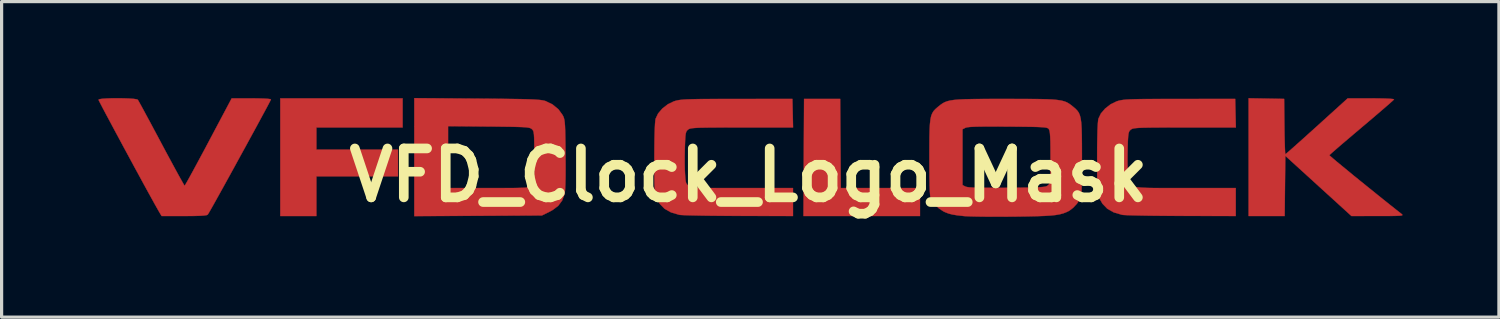
<source format=kicad_pcb>
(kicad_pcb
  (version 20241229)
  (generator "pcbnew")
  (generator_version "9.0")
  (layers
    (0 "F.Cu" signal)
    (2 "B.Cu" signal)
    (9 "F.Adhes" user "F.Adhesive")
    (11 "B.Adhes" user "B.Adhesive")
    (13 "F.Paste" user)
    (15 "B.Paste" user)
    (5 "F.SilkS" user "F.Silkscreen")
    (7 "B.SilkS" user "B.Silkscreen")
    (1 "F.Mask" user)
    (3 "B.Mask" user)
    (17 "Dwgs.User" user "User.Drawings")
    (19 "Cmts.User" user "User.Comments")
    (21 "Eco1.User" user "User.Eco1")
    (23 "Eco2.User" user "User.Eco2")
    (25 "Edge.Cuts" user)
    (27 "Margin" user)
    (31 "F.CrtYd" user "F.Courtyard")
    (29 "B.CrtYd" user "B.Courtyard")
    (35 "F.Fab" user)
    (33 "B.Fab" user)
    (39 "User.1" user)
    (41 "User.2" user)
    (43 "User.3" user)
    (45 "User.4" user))
  (footprint "VFD_Clock_Logo_Mask"
    (layer "F.Cu")
    (at 20.265 2.407)
    (property "Reference" "VFD_Clock_Logo_Mask" (at 0 0 0) (layer "F.SilkS") (effects (font (size 1.524 1.524) (thickness 0.3))))
    (attr through_hole)
    (fp_poly (pts (xy 2.858 -0.989) (xy 2.867 0.399) (xy 5.334 0.399) (xy 5.334 1.27) (xy 1.705 1.27) (xy 1.724 -2.377) (xy 2.848 -2.377) (xy 2.858 -0.989)) (stroke (width 0.01) (type solid)) (fill yes) (layer "F.Cu"))
    (fp_poly (pts (xy -10.777 -1.488) (xy -13.462 -1.488) (xy -13.462 -0.798) (xy -10.922 -0.798) (xy -10.922 0.036) (xy -13.462 0.036) (xy -13.462 1.27) (xy -14.587 1.27) (xy -14.587 -2.395) (xy -10.777 -2.395) (xy -10.777 -1.488)) (stroke (width 0.01) (type solid)) (fill yes) (layer "F.Cu"))
    (fp_poly (pts (xy 16.12 -2.387) (xy 16.673 -2.377) (xy 16.683 -1.515) (xy 16.686 -1.274) (xy 16.691 -1.058) (xy 16.696 -0.879) (xy 16.702 -0.746) (xy 16.707 -0.669) (xy 16.711 -0.653) (xy 16.741 -0.677) (xy 16.819 -0.743) (xy 16.938 -0.848) (xy 17.092 -0.985) (xy 17.276 -1.149) (xy 17.482 -1.335) (xy 17.692 -1.524) (xy 18.654 -2.395) (xy 19.381 -2.395) (xy 19.613 -2.393) (xy 19.81 -2.389) (xy 19.962 -2.382) (xy 20.061 -2.373) (xy 20.096 -2.363) (xy 20.096 -2.362) (xy 20.067 -2.332) (xy 19.988 -2.261) (xy 19.866 -2.154) (xy 19.707 -2.017) (xy 19.518 -1.855) (xy 19.305 -1.674) (xy 19.086 -1.489) (xy 18.857 -1.295) (xy 18.645 -1.115) (xy 18.458 -0.956) (xy 18.302 -0.821) (xy 18.183 -0.717) (xy 18.108 -0.65) (xy 18.082 -0.624) (xy 18.108 -0.598) (xy 18.184 -0.532) (xy 18.302 -0.432) (xy 18.457 -0.304) (xy 18.641 -0.153) (xy 18.846 0.016) (xy 19.067 0.195) (xy 19.297 0.381) (xy 19.528 0.567) (xy 19.753 0.748) (xy 19.966 0.918) (xy 20.16 1.072) (xy 20.327 1.203) (xy 20.33 1.206) (xy 20.353 1.226) (xy 20.357 1.241) (xy 20.335 1.252) (xy 20.279 1.26) (xy 20.181 1.265) (xy 20.032 1.268) (xy 19.826 1.269) (xy 19.591 1.269) (xy 18.77 1.27) (xy 16.71 -0.605) (xy 16.69 1.27) (xy 15.567 1.27) (xy 15.567 -2.397) (xy 16.12 -2.387)) (stroke (width 0.01) (type solid)) (fill yes) (layer "F.Cu"))
    (fp_poly (pts (xy -8.464 -2.386) (xy -8.028 -2.383) (xy -7.66 -2.379) (xy -7.351 -2.375) (xy -7.097 -2.371) (xy -6.891 -2.366) (xy -6.726 -2.36) (xy -6.598 -2.352) (xy -6.5 -2.344) (xy -6.425 -2.334) (xy -6.367 -2.322) (xy -6.332 -2.312) (xy -6.11 -2.205) (xy -5.923 -2.05) (xy -5.796 -1.874) (xy -5.772 -1.828) (xy -5.754 -1.78) (xy -5.74 -1.721) (xy -5.729 -1.642) (xy -5.721 -1.535) (xy -5.715 -1.39) (xy -5.711 -1.2) (xy -5.707 -0.954) (xy -5.704 -0.653) (xy -5.702 -0.272) (xy -5.703 0.042) (xy -5.709 0.289) (xy -5.718 0.467) (xy -5.732 0.573) (xy -5.733 0.58) (xy -5.811 0.789) (xy -5.934 0.954) (xy -6.115 1.088) (xy -6.2 1.134) (xy -6.439 1.252) (xy -8.427 1.263) (xy -10.414 1.273) (xy -10.414 0.399) (xy -9.362 0.399) (xy -8.092 0.399) (xy -7.754 0.399) (xy -7.482 0.398) (xy -7.267 0.397) (xy -7.102 0.393) (xy -6.98 0.389) (xy -6.893 0.381) (xy -6.833 0.372) (xy -6.794 0.359) (xy -6.767 0.343) (xy -6.749 0.327) (xy -6.726 0.299) (xy -6.708 0.263) (xy -6.695 0.21) (xy -6.686 0.129) (xy -6.681 0.011) (xy -6.678 -0.154) (xy -6.677 -0.375) (xy -6.677 -0.557) (xy -6.677 -0.82) (xy -6.678 -1.02) (xy -6.682 -1.167) (xy -6.688 -1.271) (xy -6.698 -1.34) (xy -6.712 -1.385) (xy -6.732 -1.416) (xy -6.753 -1.437) (xy -6.777 -1.455) (xy -6.81 -1.47) (xy -6.858 -1.482) (xy -6.931 -1.492) (xy -7.034 -1.499) (xy -7.176 -1.504) (xy -7.363 -1.509) (xy -7.604 -1.512) (xy -7.907 -1.516) (xy -8.095 -1.517) (xy -9.362 -1.529) (xy -9.362 0.399) (xy -10.414 0.399) (xy -10.414 -2.401) (xy -8.464 -2.386)) (stroke (width 0.01) (type solid)) (fill yes) (layer "F.Cu"))
    (fp_poly (pts (xy -19.461 -2.395) (xy -19.294 -2.389) (xy -19.156 -2.379) (xy -19.06 -2.365) (xy -19.023 -2.35) (xy -18.999 -2.309) (xy -18.944 -2.21) (xy -18.863 -2.062) (xy -18.76 -1.871) (xy -18.637 -1.644) (xy -18.5 -1.387) (xy -18.351 -1.109) (xy -18.287 -0.989) (xy -18.136 -0.705) (xy -17.994 -0.443) (xy -17.867 -0.208) (xy -17.758 -0.008) (xy -17.669 0.151) (xy -17.606 0.263) (xy -17.571 0.32) (xy -17.566 0.326) (xy -17.545 0.295) (xy -17.493 0.206) (xy -17.415 0.066) (xy -17.314 -0.118) (xy -17.194 -0.34) (xy -17.058 -0.593) (xy -16.909 -0.87) (xy -16.822 -1.035) (xy -16.1 -2.395) (xy -15.488 -2.395) (xy -15.285 -2.393) (xy -15.111 -2.388) (xy -14.977 -2.38) (xy -14.897 -2.37) (xy -14.877 -2.362) (xy -14.894 -2.326) (xy -14.942 -2.233) (xy -15.018 -2.09) (xy -15.118 -1.905) (xy -15.237 -1.685) (xy -15.372 -1.436) (xy -15.52 -1.166) (xy -15.675 -0.881) (xy -15.836 -0.589) (xy -15.996 -0.296) (xy -16.154 -0.009) (xy -16.304 0.263) (xy -16.444 0.516) (xy -16.569 0.74) (xy -16.675 0.931) (xy -16.759 1.079) (xy -16.817 1.179) (xy -16.845 1.224) (xy -16.845 1.225) (xy -16.881 1.242) (xy -16.96 1.254) (xy -17.091 1.263) (xy -17.28 1.268) (xy -17.533 1.27) (xy -17.582 1.27) (xy -18.282 1.27) (xy -18.353 1.152) (xy -18.403 1.064) (xy -18.481 0.926) (xy -18.581 0.745) (xy -18.701 0.528) (xy -18.836 0.282) (xy -18.982 0.013) (xy -19.136 -0.269) (xy -19.293 -0.56) (xy -19.451 -0.851) (xy -19.604 -1.136) (xy -19.75 -1.407) (xy -19.884 -1.658) (xy -20.003 -1.88) (xy -20.103 -2.068) (xy -20.179 -2.214) (xy -20.229 -2.311) (xy -20.247 -2.351) (xy -20.247 -2.352) (xy -20.214 -2.369) (xy -20.122 -2.382) (xy -19.986 -2.391) (xy -19.821 -2.397) (xy -19.641 -2.398) (xy -19.461 -2.395)) (stroke (width 0.01) (type solid)) (fill yes) (layer "F.Cu"))
    (fp_poly (pts (xy 15.17 -1.488) (xy 13.576 -1.488) (xy 13.193 -1.488) (xy 12.876 -1.487) (xy 12.619 -1.486) (xy 12.414 -1.483) (xy 12.255 -1.48) (xy 12.135 -1.474) (xy 12.048 -1.467) (xy 11.987 -1.458) (xy 11.945 -1.447) (xy 11.917 -1.433) (xy 11.899 -1.42) (xy 11.866 -1.39) (xy 11.843 -1.352) (xy 11.827 -1.295) (xy 11.816 -1.206) (xy 11.808 -1.073) (xy 11.802 -0.884) (xy 11.8 -0.805) (xy 11.796 -0.585) (xy 11.796 -0.365) (xy 11.8 -0.166) (xy 11.807 -0.013) (xy 11.81 0.017) (xy 11.817 0.104) (xy 11.825 0.178) (xy 11.839 0.237) (xy 11.866 0.286) (xy 11.912 0.323) (xy 11.983 0.351) (xy 12.085 0.372) (xy 12.224 0.385) (xy 12.406 0.394) (xy 12.637 0.398) (xy 12.924 0.399) (xy 13.273 0.399) (xy 13.605 0.399) (xy 15.167 0.399) (xy 15.167 1.27) (xy 13.471 1.266) (xy 13.122 1.265) (xy 12.79 1.262) (xy 12.485 1.259) (xy 12.214 1.254) (xy 11.984 1.249) (xy 11.804 1.244) (xy 11.683 1.238) (xy 11.63 1.233) (xy 11.37 1.157) (xy 11.169 1.044) (xy 11.018 0.888) (xy 10.937 0.748) (xy 10.912 0.693) (xy 10.893 0.641) (xy 10.878 0.581) (xy 10.867 0.506) (xy 10.859 0.406) (xy 10.854 0.273) (xy 10.852 0.096) (xy 10.85 -0.132) (xy 10.85 -0.421) (xy 10.85 -0.526) (xy 10.851 -0.876) (xy 10.856 -1.176) (xy 10.862 -1.421) (xy 10.872 -1.606) (xy 10.883 -1.726) (xy 10.89 -1.76) (xy 10.968 -1.923) (xy 11.101 -2.078) (xy 11.271 -2.21) (xy 11.461 -2.302) (xy 11.485 -2.309) (xy 11.541 -2.325) (xy 11.602 -2.338) (xy 11.676 -2.348) (xy 11.769 -2.357) (xy 11.889 -2.363) (xy 12.042 -2.368) (xy 12.234 -2.372) (xy 12.474 -2.374) (xy 12.767 -2.375) (xy 13.121 -2.376) (xy 13.426 -2.376) (xy 15.149 -2.377) (xy 15.17 -1.488)) (stroke (width 0.01) (type solid)) (fill yes) (layer "F.Cu"))
    (fp_poly (pts (xy 1.371 -1.932) (xy 1.381 -1.488) (xy -0.213 -1.488) (xy -0.595 -1.488) (xy -0.912 -1.487) (xy -1.17 -1.486) (xy -1.375 -1.483) (xy -1.534 -1.48) (xy -1.654 -1.474) (xy -1.741 -1.467) (xy -1.802 -1.458) (xy -1.843 -1.447) (xy -1.872 -1.433) (xy -1.89 -1.42) (xy -1.922 -1.39) (xy -1.945 -1.352) (xy -1.961 -1.295) (xy -1.972 -1.206) (xy -1.98 -1.073) (xy -1.987 -0.884) (xy -1.989 -0.805) (xy -1.993 -0.585) (xy -1.993 -0.365) (xy -1.989 -0.166) (xy -1.981 -0.013) (xy -1.979 0.017) (xy -1.972 0.104) (xy -1.964 0.178) (xy -1.95 0.237) (xy -1.923 0.286) (xy -1.877 0.323) (xy -1.806 0.351) (xy -1.704 0.372) (xy -1.565 0.385) (xy -1.383 0.394) (xy -1.151 0.398) (xy -0.864 0.399) (xy -0.516 0.399) (xy -0.183 0.399) (xy 1.379 0.399) (xy 1.379 1.27) (xy -0.318 1.266) (xy -0.667 1.265) (xy -0.998 1.262) (xy -1.303 1.259) (xy -1.575 1.254) (xy -1.804 1.249) (xy -1.984 1.244) (xy -2.106 1.238) (xy -2.159 1.233) (xy -2.418 1.157) (xy -2.62 1.044) (xy -2.771 0.888) (xy -2.852 0.748) (xy -2.877 0.693) (xy -2.896 0.641) (xy -2.911 0.581) (xy -2.922 0.506) (xy -2.929 0.406) (xy -2.934 0.273) (xy -2.937 0.096) (xy -2.938 -0.132) (xy -2.939 -0.421) (xy -2.939 -0.526) (xy -2.937 -0.876) (xy -2.933 -1.176) (xy -2.926 -1.421) (xy -2.917 -1.606) (xy -2.905 -1.726) (xy -2.899 -1.76) (xy -2.821 -1.923) (xy -2.688 -2.078) (xy -2.518 -2.21) (xy -2.328 -2.302) (xy -2.304 -2.309) (xy -2.248 -2.325) (xy -2.187 -2.338) (xy -2.113 -2.348) (xy -2.019 -2.357) (xy -1.9 -2.363) (xy -1.747 -2.368) (xy -1.554 -2.372) (xy -1.314 -2.374) (xy -1.021 -2.375) (xy -0.667 -2.376) (xy -0.363 -2.376) (xy 1.361 -2.377) (xy 1.371 -1.932)) (stroke (width 0.01) (type solid)) (fill yes) (layer "F.Cu"))
    (fp_poly (pts (xy 8.41 -2.376) (xy 8.754 -2.375) (xy 9.039 -2.372) (xy 9.272 -2.367) (xy 9.46 -2.358) (xy 9.61 -2.344) (xy 9.73 -2.326) (xy 9.825 -2.302) (xy 9.903 -2.272) (xy 9.971 -2.233) (xy 10.036 -2.187) (xy 10.102 -2.134) (xy 10.174 -2.073) (xy 10.232 -2.013) (xy 10.278 -1.948) (xy 10.312 -1.868) (xy 10.338 -1.765) (xy 10.356 -1.631) (xy 10.367 -1.459) (xy 10.373 -1.239) (xy 10.376 -0.963) (xy 10.377 -0.624) (xy 10.377 -0.594) (xy 10.376 -0.31) (xy 10.375 -0.044) (xy 10.372 0.192) (xy 10.368 0.39) (xy 10.363 0.539) (xy 10.358 0.629) (xy 10.355 0.647) (xy 10.308 0.761) (xy 10.218 0.89) (xy 10.105 1.011) (xy 9.987 1.102) (xy 9.966 1.114) (xy 9.88 1.155) (xy 9.789 1.189) (xy 9.685 1.216) (xy 9.561 1.238) (xy 9.407 1.254) (xy 9.215 1.266) (xy 8.977 1.275) (xy 8.686 1.282) (xy 8.332 1.287) (xy 8.237 1.288) (xy 7.931 1.29) (xy 7.633 1.29) (xy 7.357 1.289) (xy 7.112 1.286) (xy 6.911 1.281) (xy 6.764 1.275) (xy 6.713 1.272) (xy 6.504 1.249) (xy 6.347 1.224) (xy 6.223 1.192) (xy 6.111 1.148) (xy 6.06 1.123) (xy 5.921 1.031) (xy 5.791 0.908) (xy 5.693 0.776) (xy 5.663 0.714) (xy 5.651 0.645) (xy 5.641 0.508) (xy 5.634 0.306) (xy 5.629 0.045) (xy 5.626 -0.273) (xy 5.625 -0.556) (xy 5.626 -0.906) (xy 5.628 -1.191) (xy 5.634 -1.42) (xy 5.634 -1.431) (xy 6.658 -1.431) (xy 6.658 0.306) (xy 6.749 0.353) (xy 6.793 0.366) (xy 6.869 0.377) (xy 6.986 0.384) (xy 7.148 0.389) (xy 7.362 0.392) (xy 7.635 0.392) (xy 7.974 0.391) (xy 8.043 0.39) (xy 8.371 0.388) (xy 8.635 0.385) (xy 8.842 0.381) (xy 8.999 0.376) (xy 9.114 0.369) (xy 9.196 0.361) (xy 9.252 0.35) (xy 9.289 0.335) (xy 9.315 0.318) (xy 9.322 0.312) (xy 9.347 0.286) (xy 9.365 0.254) (xy 9.379 0.205) (xy 9.388 0.131) (xy 9.394 0.02) (xy 9.397 -0.136) (xy 9.398 -0.347) (xy 9.398 -0.561) (xy 9.397 -0.838) (xy 9.394 -1.05) (xy 9.388 -1.207) (xy 9.379 -1.318) (xy 9.366 -1.389) (xy 9.349 -1.432) (xy 9.347 -1.435) (xy 9.329 -1.454) (xy 9.304 -1.47) (xy 9.263 -1.482) (xy 9.198 -1.491) (xy 9.102 -1.498) (xy 8.968 -1.504) (xy 8.788 -1.508) (xy 8.555 -1.511) (xy 8.261 -1.514) (xy 8.067 -1.515) (xy 7.713 -1.517) (xy 7.425 -1.517) (xy 7.197 -1.515) (xy 7.023 -1.511) (xy 6.896 -1.504) (xy 6.809 -1.494) (xy 6.758 -1.482) (xy 6.749 -1.478) (xy 6.658 -1.431) (xy 5.634 -1.431) (xy 5.644 -1.6) (xy 5.66 -1.74) (xy 5.683 -1.848) (xy 5.716 -1.931) (xy 5.758 -1.999) (xy 5.812 -2.058) (xy 5.879 -2.117) (xy 5.9 -2.134) (xy 5.968 -2.189) (xy 6.033 -2.235) (xy 6.101 -2.273) (xy 6.18 -2.303) (xy 6.276 -2.327) (xy 6.396 -2.345) (xy 6.548 -2.358) (xy 6.738 -2.367) (xy 6.972 -2.372) (xy 7.259 -2.375) (xy 7.605 -2.377) (xy 8.001 -2.377) (xy 8.41 -2.376)) (stroke (width 0.01) (type solid)) (fill yes) (layer "F.Cu"))
    (fp_poly (pts (xy 2.845 -0.991) (xy 2.854 0.397) (xy 5.321 0.397) (xy 5.321 1.268) (xy 1.692 1.268) (xy 1.71 -2.379) (xy 2.835 -2.379) (xy 2.845 -0.991)) (stroke (width 0.01) (type solid)) (fill yes) (layer "F.Mask"))
    (fp_poly (pts (xy -10.777 -1.488) (xy -13.462 -1.488) (xy -13.462 -0.798) (xy -10.922 -0.798) (xy -10.922 0.036) (xy -13.462 0.036) (xy -13.462 1.27) (xy -14.587 1.27) (xy -14.587 -2.395) (xy -10.777 -2.395) (xy -10.777 -1.488)) (stroke (width 0.01) (type solid)) (fill yes) (layer "F.Mask"))
    (fp_poly (pts (xy 16.12 -2.392) (xy 16.673 -2.382) (xy 16.683 -1.52) (xy 16.686 -1.278) (xy 16.691 -1.063) (xy 16.696 -0.884) (xy 16.702 -0.751) (xy 16.707 -0.674) (xy 16.711 -0.658) (xy 16.741 -0.682) (xy 16.819 -0.748) (xy 16.938 -0.853) (xy 17.092 -0.99) (xy 17.276 -1.154) (xy 17.482 -1.34) (xy 17.692 -1.529) (xy 18.654 -2.4) (xy 19.381 -2.4) (xy 19.613 -2.398) (xy 19.81 -2.394) (xy 19.962 -2.387) (xy 20.061 -2.378) (xy 20.096 -2.368) (xy 20.096 -2.367) (xy 20.067 -2.337) (xy 19.988 -2.266) (xy 19.866 -2.159) (xy 19.707 -2.022) (xy 19.518 -1.86) (xy 19.305 -1.679) (xy 19.086 -1.494) (xy 18.857 -1.3) (xy 18.645 -1.12) (xy 18.458 -0.961) (xy 18.302 -0.826) (xy 18.183 -0.722) (xy 18.108 -0.655) (xy 18.082 -0.628) (xy 18.108 -0.602) (xy 18.184 -0.537) (xy 18.302 -0.437) (xy 18.457 -0.309) (xy 18.641 -0.158) (xy 18.846 0.011) (xy 19.067 0.19) (xy 19.297 0.376) (xy 19.528 0.562) (xy 19.753 0.743) (xy 19.966 0.913) (xy 20.16 1.067) (xy 20.327 1.198) (xy 20.33 1.201) (xy 20.353 1.221) (xy 20.357 1.236) (xy 20.335 1.247) (xy 20.279 1.255) (xy 20.181 1.26) (xy 20.032 1.263) (xy 19.826 1.264) (xy 19.591 1.264) (xy 18.77 1.265) (xy 16.71 -0.61) (xy 16.69 1.265) (xy 15.567 1.265) (xy 15.567 -2.402) (xy 16.12 -2.392)) (stroke (width 0.01) (type solid)) (fill yes) (layer "F.Mask"))
    (fp_poly (pts (xy -8.467 -2.386) (xy -8.032 -2.383) (xy -7.663 -2.379) (xy -7.354 -2.375) (xy -7.1 -2.371) (xy -6.894 -2.366) (xy -6.73 -2.36) (xy -6.602 -2.352) (xy -6.503 -2.344) (xy -6.428 -2.334) (xy -6.371 -2.322) (xy -6.335 -2.312) (xy -6.114 -2.205) (xy -5.926 -2.05) (xy -5.799 -1.874) (xy -5.776 -1.828) (xy -5.757 -1.78) (xy -5.743 -1.721) (xy -5.732 -1.642) (xy -5.724 -1.535) (xy -5.718 -1.39) (xy -5.714 -1.2) (xy -5.711 -0.954) (xy -5.707 -0.653) (xy -5.705 -0.272) (xy -5.707 0.042) (xy -5.712 0.289) (xy -5.722 0.467) (xy -5.735 0.573) (xy -5.737 0.58) (xy -5.814 0.789) (xy -5.938 0.954) (xy -6.118 1.088) (xy -6.203 1.134) (xy -6.442 1.252) (xy -8.43 1.263) (xy -10.417 1.273) (xy -10.417 0.399) (xy -9.365 0.399) (xy -8.095 0.399) (xy -7.758 0.399) (xy -7.485 0.398) (xy -7.27 0.397) (xy -7.105 0.393) (xy -6.983 0.389) (xy -6.896 0.381) (xy -6.837 0.372) (xy -6.797 0.359) (xy -6.771 0.343) (xy -6.752 0.327) (xy -6.729 0.299) (xy -6.711 0.263) (xy -6.698 0.21) (xy -6.689 0.129) (xy -6.684 0.011) (xy -6.681 -0.154) (xy -6.68 -0.375) (xy -6.68 -0.557) (xy -6.68 -0.82) (xy -6.682 -1.02) (xy -6.685 -1.167) (xy -6.691 -1.271) (xy -6.701 -1.34) (xy -6.715 -1.385) (xy -6.735 -1.416) (xy -6.756 -1.437) (xy -6.78 -1.455) (xy -6.813 -1.47) (xy -6.862 -1.482) (xy -6.934 -1.492) (xy -7.037 -1.499) (xy -7.179 -1.504) (xy -7.367 -1.509) (xy -7.608 -1.512) (xy -7.91 -1.516) (xy -8.099 -1.517) (xy -9.365 -1.529) (xy -9.365 0.399) (xy -10.417 0.399) (xy -10.417 -2.401) (xy -8.467 -2.386)) (stroke (width 0.01) (type solid)) (fill yes) (layer "F.Mask"))
    (fp_poly (pts (xy -19.473 -2.395) (xy -19.307 -2.389) (xy -19.168 -2.379) (xy -19.073 -2.365) (xy -19.035 -2.35) (xy -19.011 -2.309) (xy -18.957 -2.21) (xy -18.876 -2.062) (xy -18.772 -1.871) (xy -18.65 -1.644) (xy -18.512 -1.387) (xy -18.363 -1.109) (xy -18.299 -0.989) (xy -18.148 -0.705) (xy -18.007 -0.443) (xy -17.88 -0.208) (xy -17.77 -0.008) (xy -17.682 0.151) (xy -17.618 0.263) (xy -17.583 0.32) (xy -17.578 0.326) (xy -17.557 0.295) (xy -17.506 0.206) (xy -17.428 0.066) (xy -17.327 -0.118) (xy -17.207 -0.34) (xy -17.07 -0.593) (xy -16.922 -0.87) (xy -16.834 -1.035) (xy -16.112 -2.395) (xy -15.501 -2.395) (xy -15.297 -2.393) (xy -15.123 -2.388) (xy -14.99 -2.38) (xy -14.909 -2.37) (xy -14.89 -2.362) (xy -14.907 -2.326) (xy -14.955 -2.233) (xy -15.031 -2.09) (xy -15.13 -1.905) (xy -15.249 -1.685) (xy -15.385 -1.436) (xy -15.532 -1.166) (xy -15.688 -0.881) (xy -15.848 -0.589) (xy -16.009 -0.296) (xy -16.166 -0.009) (xy -16.317 0.263) (xy -16.457 0.516) (xy -16.581 0.74) (xy -16.688 0.931) (xy -16.772 1.079) (xy -16.829 1.179) (xy -16.857 1.224) (xy -16.857 1.225) (xy -16.893 1.242) (xy -16.973 1.254) (xy -17.103 1.263) (xy -17.292 1.268) (xy -17.545 1.27) (xy -17.594 1.27) (xy -18.295 1.27) (xy -18.365 1.152) (xy -18.416 1.064) (xy -18.493 0.926) (xy -18.594 0.745) (xy -18.713 0.528) (xy -18.848 0.282) (xy -18.994 0.013) (xy -19.148 -0.269) (xy -19.306 -0.56) (xy -19.463 -0.851) (xy -19.617 -1.136) (xy -19.763 -1.407) (xy -19.897 -1.658) (xy -20.016 -1.88) (xy -20.115 -2.068) (xy -20.192 -2.214) (xy -20.241 -2.311) (xy -20.26 -2.351) (xy -20.26 -2.352) (xy -20.226 -2.369) (xy -20.134 -2.382) (xy -19.999 -2.391) (xy -19.834 -2.397) (xy -19.654 -2.398) (xy -19.473 -2.395)) (stroke (width 0.01) (type solid)) (fill yes) (layer "F.Mask"))
    (fp_poly (pts (xy 15.17 -1.488) (xy 13.576 -1.488) (xy 13.193 -1.488) (xy 12.876 -1.487) (xy 12.619 -1.486) (xy 12.414 -1.483) (xy 12.255 -1.48) (xy 12.135 -1.474) (xy 12.048 -1.467) (xy 11.987 -1.458) (xy 11.945 -1.447) (xy 11.917 -1.433) (xy 11.899 -1.42) (xy 11.866 -1.39) (xy 11.843 -1.352) (xy 11.827 -1.295) (xy 11.816 -1.206) (xy 11.808 -1.073) (xy 11.802 -0.884) (xy 11.8 -0.805) (xy 11.796 -0.585) (xy 11.796 -0.365) (xy 11.8 -0.166) (xy 11.807 -0.013) (xy 11.81 0.017) (xy 11.817 0.104) (xy 11.825 0.178) (xy 11.839 0.237) (xy 11.866 0.286) (xy 11.912 0.323) (xy 11.983 0.351) (xy 12.085 0.372) (xy 12.224 0.385) (xy 12.406 0.394) (xy 12.637 0.398) (xy 12.924 0.399) (xy 13.273 0.399) (xy 13.605 0.399) (xy 15.167 0.399) (xy 15.167 1.27) (xy 13.471 1.266) (xy 13.122 1.265) (xy 12.79 1.262) (xy 12.485 1.259) (xy 12.214 1.254) (xy 11.984 1.249) (xy 11.804 1.244) (xy 11.683 1.238) (xy 11.63 1.233) (xy 11.37 1.157) (xy 11.169 1.044) (xy 11.018 0.888) (xy 10.937 0.748) (xy 10.912 0.693) (xy 10.893 0.641) (xy 10.878 0.581) (xy 10.867 0.506) (xy 10.859 0.406) (xy 10.854 0.273) (xy 10.852 0.096) (xy 10.85 -0.132) (xy 10.85 -0.421) (xy 10.85 -0.526) (xy 10.851 -0.876) (xy 10.856 -1.176) (xy 10.862 -1.421) (xy 10.872 -1.606) (xy 10.883 -1.726) (xy 10.89 -1.76) (xy 10.968 -1.923) (xy 11.101 -2.078) (xy 11.271 -2.21) (xy 11.461 -2.302) (xy 11.485 -2.309) (xy 11.541 -2.325) (xy 11.602 -2.338) (xy 11.676 -2.348) (xy 11.769 -2.357) (xy 11.889 -2.363) (xy 12.042 -2.368) (xy 12.234 -2.372) (xy 12.474 -2.374) (xy 12.767 -2.375) (xy 13.121 -2.376) (xy 13.426 -2.376) (xy 15.149 -2.377) (xy 15.17 -1.488)) (stroke (width 0.01) (type solid)) (fill yes) (layer "F.Mask"))
    (fp_poly (pts (xy 1.371 -1.943) (xy 1.381 -1.498) (xy -0.213 -1.498) (xy -0.595 -1.498) (xy -0.912 -1.498) (xy -1.17 -1.496) (xy -1.375 -1.494) (xy -1.534 -1.49) (xy -1.654 -1.485) (xy -1.741 -1.478) (xy -1.802 -1.469) (xy -1.843 -1.458) (xy -1.872 -1.444) (xy -1.89 -1.431) (xy -1.922 -1.401) (xy -1.945 -1.363) (xy -1.961 -1.306) (xy -1.972 -1.217) (xy -1.98 -1.084) (xy -1.987 -0.894) (xy -1.989 -0.816) (xy -1.993 -0.596) (xy -1.993 -0.375) (xy -1.989 -0.177) (xy -1.981 -0.023) (xy -1.979 0.006) (xy -1.972 0.094) (xy -1.964 0.167) (xy -1.95 0.227) (xy -1.923 0.275) (xy -1.877 0.312) (xy -1.806 0.341) (xy -1.704 0.361) (xy -1.565 0.375) (xy -1.383 0.383) (xy -1.151 0.387) (xy -0.864 0.389) (xy -0.516 0.389) (xy -0.183 0.389) (xy 1.379 0.389) (xy 1.379 1.259) (xy -0.318 1.255) (xy -0.667 1.254) (xy -0.998 1.251) (xy -1.303 1.248) (xy -1.575 1.244) (xy -1.804 1.239) (xy -1.984 1.233) (xy -2.106 1.227) (xy -2.159 1.222) (xy -2.418 1.146) (xy -2.62 1.033) (xy -2.771 0.877) (xy -2.852 0.737) (xy -2.877 0.683) (xy -2.896 0.63) (xy -2.911 0.571) (xy -2.922 0.496) (xy -2.929 0.396) (xy -2.934 0.262) (xy -2.937 0.085) (xy -2.938 -0.143) (xy -2.939 -0.432) (xy -2.939 -0.537) (xy -2.937 -0.887) (xy -2.933 -1.187) (xy -2.926 -1.432) (xy -2.917 -1.617) (xy -2.905 -1.736) (xy -2.899 -1.77) (xy -2.821 -1.934) (xy -2.688 -2.089) (xy -2.518 -2.22) (xy -2.328 -2.312) (xy -2.304 -2.32) (xy -2.248 -2.335) (xy -2.187 -2.348) (xy -2.113 -2.359) (xy -2.019 -2.367) (xy -1.9 -2.374) (xy -1.747 -2.379) (xy -1.554 -2.382) (xy -1.314 -2.385) (xy -1.021 -2.386) (xy -0.667 -2.387) (xy -0.363 -2.387) (xy 1.361 -2.387) (xy 1.371 -1.943)) (stroke (width 0.01) (type solid)) (fill yes) (layer "F.Mask"))
    (fp_poly (pts (xy 8.399 -2.38) (xy 8.742 -2.378) (xy 9.027 -2.375) (xy 9.26 -2.37) (xy 9.448 -2.361) (xy 9.599 -2.347) (xy 9.718 -2.329) (xy 9.813 -2.305) (xy 9.892 -2.275) (xy 9.96 -2.237) (xy 10.025 -2.19) (xy 10.091 -2.137) (xy 10.162 -2.076) (xy 10.22 -2.016) (xy 10.266 -1.951) (xy 10.301 -1.871) (xy 10.326 -1.768) (xy 10.344 -1.634) (xy 10.355 -1.462) (xy 10.362 -1.242) (xy 10.364 -0.966) (xy 10.365 -0.627) (xy 10.365 -0.597) (xy 10.365 -0.313) (xy 10.363 -0.047) (xy 10.36 0.189) (xy 10.356 0.387) (xy 10.351 0.536) (xy 10.346 0.626) (xy 10.344 0.644) (xy 10.296 0.758) (xy 10.206 0.886) (xy 10.093 1.008) (xy 9.975 1.099) (xy 9.954 1.111) (xy 9.868 1.152) (xy 9.777 1.186) (xy 9.674 1.213) (xy 9.549 1.235) (xy 9.395 1.251) (xy 9.203 1.263) (xy 8.966 1.272) (xy 8.674 1.279) (xy 8.32 1.284) (xy 8.225 1.285) (xy 7.919 1.287) (xy 7.622 1.287) (xy 7.345 1.286) (xy 7.1 1.283) (xy 6.899 1.278) (xy 6.753 1.272) (xy 6.701 1.269) (xy 6.492 1.246) (xy 6.335 1.221) (xy 6.211 1.189) (xy 6.1 1.145) (xy 6.048 1.12) (xy 5.91 1.028) (xy 5.78 0.904) (xy 5.682 0.773) (xy 5.651 0.711) (xy 5.639 0.642) (xy 5.63 0.505) (xy 5.622 0.303) (xy 5.617 0.042) (xy 5.614 -0.276) (xy 5.613 -0.559) (xy 5.614 -0.909) (xy 5.616 -1.194) (xy 5.622 -1.423) (xy 5.623 -1.434) (xy 6.647 -1.434) (xy 6.647 0.303) (xy 6.737 0.35) (xy 6.781 0.363) (xy 6.858 0.374) (xy 6.974 0.381) (xy 7.136 0.386) (xy 7.351 0.389) (xy 7.624 0.389) (xy 7.962 0.388) (xy 8.031 0.387) (xy 8.359 0.384) (xy 8.623 0.381) (xy 8.83 0.378) (xy 8.987 0.373) (xy 9.103 0.366) (xy 9.184 0.358) (xy 9.24 0.347) (xy 9.277 0.332) (xy 9.303 0.314) (xy 9.31 0.309) (xy 9.335 0.283) (xy 9.354 0.251) (xy 9.367 0.202) (xy 9.376 0.127) (xy 9.382 0.017) (xy 9.385 -0.139) (xy 9.386 -0.35) (xy 9.386 -0.564) (xy 9.385 -0.841) (xy 9.382 -1.053) (xy 9.376 -1.21) (xy 9.367 -1.321) (xy 9.354 -1.393) (xy 9.337 -1.435) (xy 9.335 -1.439) (xy 9.318 -1.458) (xy 9.292 -1.473) (xy 9.251 -1.485) (xy 9.186 -1.494) (xy 9.091 -1.502) (xy 8.957 -1.507) (xy 8.777 -1.511) (xy 8.543 -1.514) (xy 8.249 -1.517) (xy 8.056 -1.518) (xy 7.702 -1.52) (xy 7.414 -1.52) (xy 7.185 -1.518) (xy 7.011 -1.514) (xy 6.884 -1.507) (xy 6.798 -1.497) (xy 6.746 -1.485) (xy 6.737 -1.481) (xy 6.647 -1.434) (xy 5.623 -1.434) (xy 5.632 -1.603) (xy 5.648 -1.743) (xy 5.672 -1.851) (xy 5.704 -1.934) (xy 5.746 -2.002) (xy 5.8 -2.061) (xy 5.867 -2.12) (xy 5.888 -2.137) (xy 5.956 -2.192) (xy 6.021 -2.238) (xy 6.09 -2.276) (xy 6.168 -2.306) (xy 6.264 -2.33) (xy 6.385 -2.348) (xy 6.536 -2.361) (xy 6.726 -2.37) (xy 6.961 -2.375) (xy 7.247 -2.378) (xy 7.593 -2.38) (xy 7.989 -2.38) (xy 8.399 -2.38)) (stroke (width 0.01) (type solid)) (fill yes) (layer "F.Mask")))
  (gr_rect
    (start -3 -3)
    (end 43.627 6.825)
    (stroke (width 0.1) (type default))
    (fill no)
    (layer "Edge.Cuts")))
</source>
